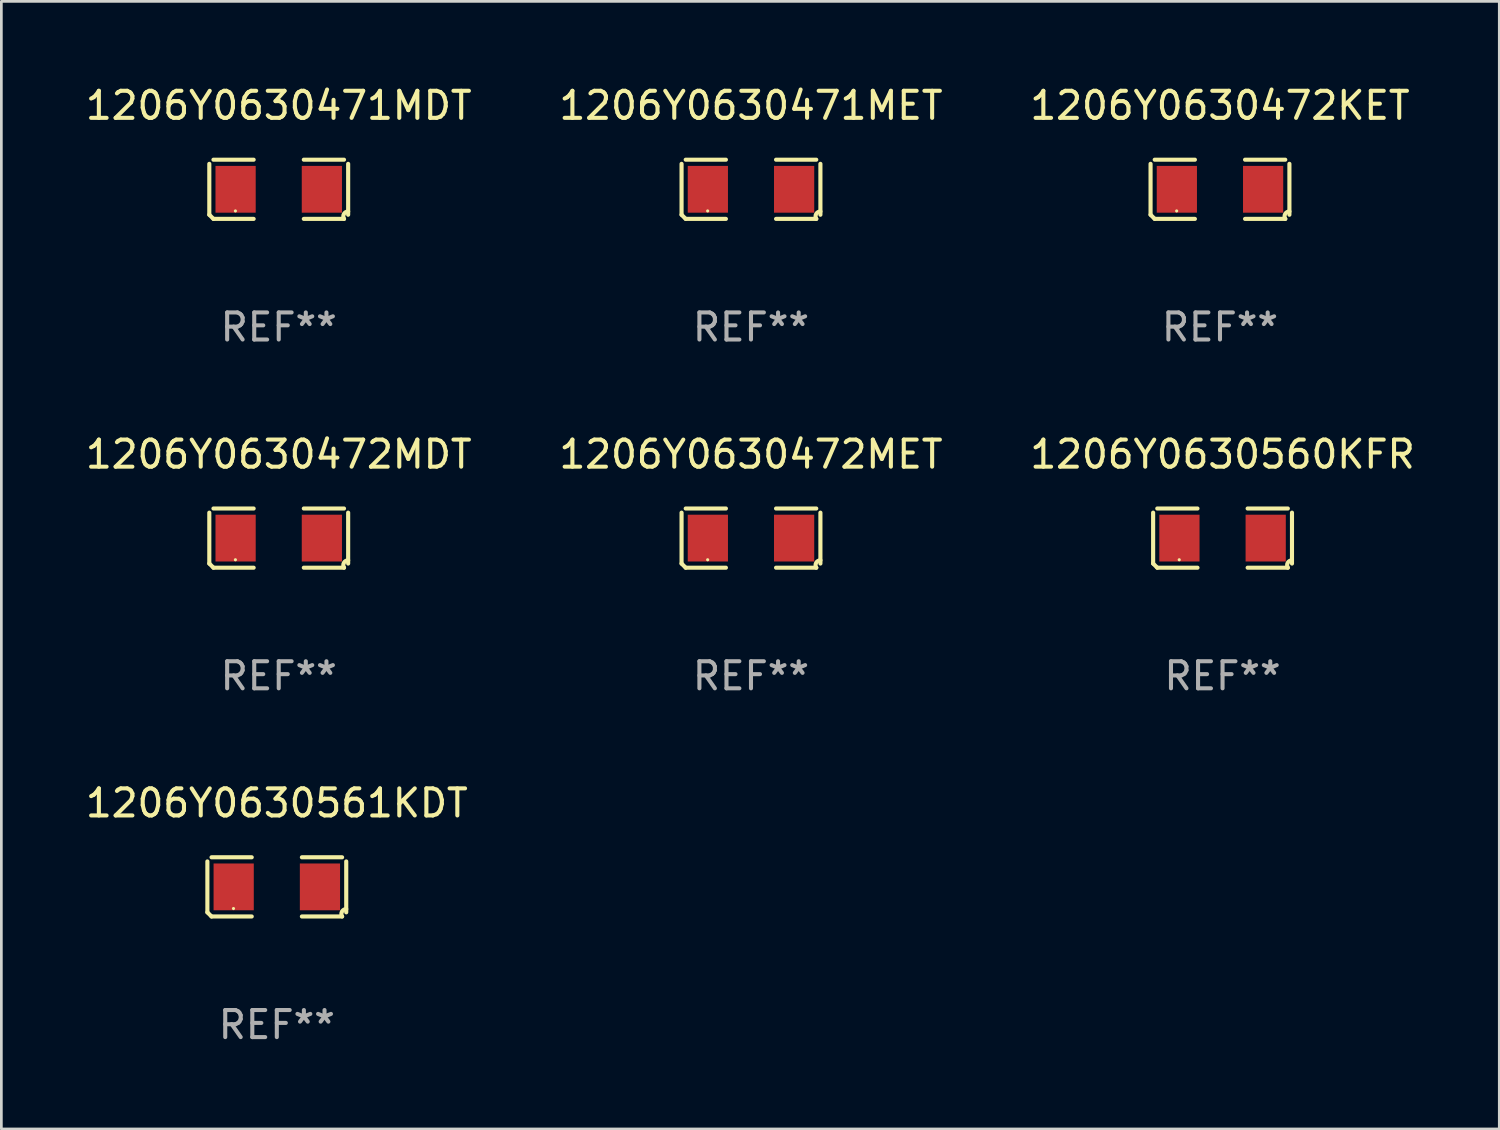
<source format=kicad_pcb>
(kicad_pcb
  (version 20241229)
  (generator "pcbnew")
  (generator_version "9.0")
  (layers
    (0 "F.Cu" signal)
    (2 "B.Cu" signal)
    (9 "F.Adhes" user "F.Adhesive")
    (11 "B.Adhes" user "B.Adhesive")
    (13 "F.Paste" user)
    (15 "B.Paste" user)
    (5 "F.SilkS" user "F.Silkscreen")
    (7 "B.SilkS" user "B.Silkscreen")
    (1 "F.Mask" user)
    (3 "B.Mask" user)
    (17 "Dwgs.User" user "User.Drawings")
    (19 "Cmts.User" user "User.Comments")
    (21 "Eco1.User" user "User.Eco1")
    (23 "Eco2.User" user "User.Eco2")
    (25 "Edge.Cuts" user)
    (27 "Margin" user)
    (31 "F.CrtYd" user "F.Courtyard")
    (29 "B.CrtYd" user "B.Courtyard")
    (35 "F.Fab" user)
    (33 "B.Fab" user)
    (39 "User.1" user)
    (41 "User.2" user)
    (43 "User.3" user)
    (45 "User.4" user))
  (footprint "1206Y0630472MET"
    (layer "F.Cu")
    (at 24.685 16.823)
    (property "Reference" "1206Y0630472MET" (at 0 -3.093 0) (layer "F.SilkS") (effects (font (size 1 1) (thickness 0.15))))
    (attr through_hole)
    (fp_line (start -2.564 0.94) (end -2.564 -0.94) (stroke (width 0.152) (type solid)) (layer "F.SilkS"))
    (fp_line (start -2.411 -1.093) (end -0.926 -1.093) (stroke (width 0.152) (type solid)) (layer "F.SilkS"))
    (fp_line (start -0.926 1.093) (end -2.411 1.093) (stroke (width 0.152) (type solid)) (layer "F.SilkS"))
    (fp_line (start 0.926 1.093) (end 2.411 1.093) (stroke (width 0.152) (type solid)) (layer "F.SilkS"))
    (fp_line (start 2.411 -1.093) (end 0.926 -1.093) (stroke (width 0.152) (type solid)) (layer "F.SilkS"))
    (fp_line (start 2.564 0.94) (end 2.564 -0.94) (stroke (width 0.152) (type solid)) (layer "F.SilkS"))
    (fp_arc (start -2.411201 1.092609) (mid -2.487413 1.01642) (end -2.563602 0.940208) (stroke (width 0.1524) (type solid)) (layer "F.SilkS"))
    (fp_arc (start 2.411201 1.092609) (mid 2.407159 0.911226) (end 2.563602 0.819347) (stroke (width 0.1524) (type solid)) (layer "F.SilkS"))
    (fp_circle (center -1.6 0.8) (end -1.57 0.8) (stroke (width 0.06) (type solid)) (fill no) (layer "F.SilkS"))
    (fp_text user "REF**" (at 0 5.093 0) (layer "F.Fab") (effects (font (size 1 1) (thickness 0.15))))
    (pad "1" smd rect (at -1.593 0) (size 1.485 1.728) (layers "F.Cu" "F.Mask" "F.Paste"))
    (pad "2" smd rect (at 1.593 0) (size 1.485 1.728) (layers "F.Cu" "F.Mask" "F.Paste")))
  (footprint "1206Y0630560KFR"
    (layer "F.Cu")
    (at 42.101 16.823)
    (property "Reference" "1206Y0630560KFR" (at 0 -3.093 0) (layer "F.SilkS") (effects (font (size 1 1) (thickness 0.15))))
    (attr through_hole)
    (fp_line (start -2.564 0.94) (end -2.564 -0.94) (stroke (width 0.152) (type solid)) (layer "F.SilkS"))
    (fp_line (start -2.411 -1.093) (end -0.926 -1.093) (stroke (width 0.152) (type solid)) (layer "F.SilkS"))
    (fp_line (start -0.926 1.093) (end -2.411 1.093) (stroke (width 0.152) (type solid)) (layer "F.SilkS"))
    (fp_line (start 0.926 1.093) (end 2.411 1.093) (stroke (width 0.152) (type solid)) (layer "F.SilkS"))
    (fp_line (start 2.411 -1.093) (end 0.926 -1.093) (stroke (width 0.152) (type solid)) (layer "F.SilkS"))
    (fp_line (start 2.564 0.94) (end 2.564 -0.94) (stroke (width 0.152) (type solid)) (layer "F.SilkS"))
    (fp_arc (start -2.411201 1.092609) (mid -2.487413 1.01642) (end -2.563602 0.940208) (stroke (width 0.1524) (type solid)) (layer "F.SilkS"))
    (fp_arc (start 2.411201 1.092609) (mid 2.407159 0.911226) (end 2.563602 0.819347) (stroke (width 0.1524) (type solid)) (layer "F.SilkS"))
    (fp_circle (center -1.6 0.8) (end -1.57 0.8) (stroke (width 0.06) (type solid)) (fill no) (layer "F.SilkS"))
    (fp_text user "REF**" (at 0 5.093 0) (layer "F.Fab") (effects (font (size 1 1) (thickness 0.15))))
    (pad "1" smd rect (at -1.593 0) (size 1.485 1.728) (layers "F.Cu" "F.Mask" "F.Paste"))
    (pad "2" smd rect (at 1.593 0) (size 1.485 1.728) (layers "F.Cu" "F.Mask" "F.Paste")))
  (footprint "1206Y0630472MDT"
    (layer "F.Cu")
    (at 7.244 16.823)
    (property "Reference" "1206Y0630472MDT" (at 0 -3.093 0) (layer "F.SilkS") (effects (font (size 1 1) (thickness 0.15))))
    (attr through_hole)
    (fp_line (start -2.564 0.94) (end -2.564 -0.94) (stroke (width 0.152) (type solid)) (layer "F.SilkS"))
    (fp_line (start -2.411 -1.093) (end -0.926 -1.093) (stroke (width 0.152) (type solid)) (layer "F.SilkS"))
    (fp_line (start -0.926 1.093) (end -2.411 1.093) (stroke (width 0.152) (type solid)) (layer "F.SilkS"))
    (fp_line (start 0.926 1.093) (end 2.411 1.093) (stroke (width 0.152) (type solid)) (layer "F.SilkS"))
    (fp_line (start 2.411 -1.093) (end 0.926 -1.093) (stroke (width 0.152) (type solid)) (layer "F.SilkS"))
    (fp_line (start 2.564 0.94) (end 2.564 -0.94) (stroke (width 0.152) (type solid)) (layer "F.SilkS"))
    (fp_arc (start -2.411201 1.092609) (mid -2.487413 1.01642) (end -2.563602 0.940208) (stroke (width 0.1524) (type solid)) (layer "F.SilkS"))
    (fp_arc (start 2.411201 1.092609) (mid 2.407159 0.911226) (end 2.563602 0.819347) (stroke (width 0.1524) (type solid)) (layer "F.SilkS"))
    (fp_circle (center -1.6 0.8) (end -1.57 0.8) (stroke (width 0.06) (type solid)) (fill no) (layer "F.SilkS"))
    (fp_text user "REF**" (at 0 5.093 0) (layer "F.Fab") (effects (font (size 1 1) (thickness 0.15))))
    (pad "1" smd rect (at -1.593 0) (size 1.485 1.728) (layers "F.Cu" "F.Mask" "F.Paste"))
    (pad "2" smd rect (at 1.593 0) (size 1.485 1.728) (layers "F.Cu" "F.Mask" "F.Paste")))
  (footprint "1206Y0630561KDT"
    (layer "F.Cu")
    (at 7.173 29.704)
    (property "Reference" "1206Y0630561KDT" (at 0 -3.093 0) (layer "F.SilkS") (effects (font (size 1 1) (thickness 0.15))))
    (attr through_hole)
    (fp_line (start -2.564 0.94) (end -2.564 -0.94) (stroke (width 0.152) (type solid)) (layer "F.SilkS"))
    (fp_line (start -2.411 -1.093) (end -0.926 -1.093) (stroke (width 0.152) (type solid)) (layer "F.SilkS"))
    (fp_line (start -0.926 1.093) (end -2.411 1.093) (stroke (width 0.152) (type solid)) (layer "F.SilkS"))
    (fp_line (start 0.926 1.093) (end 2.411 1.093) (stroke (width 0.152) (type solid)) (layer "F.SilkS"))
    (fp_line (start 2.411 -1.093) (end 0.926 -1.093) (stroke (width 0.152) (type solid)) (layer "F.SilkS"))
    (fp_line (start 2.564 0.94) (end 2.564 -0.94) (stroke (width 0.152) (type solid)) (layer "F.SilkS"))
    (fp_arc (start -2.411201 1.092609) (mid -2.487413 1.01642) (end -2.563602 0.940208) (stroke (width 0.1524) (type solid)) (layer "F.SilkS"))
    (fp_arc (start 2.411201 1.092609) (mid 2.407159 0.911226) (end 2.563602 0.819347) (stroke (width 0.1524) (type solid)) (layer "F.SilkS"))
    (fp_circle (center -1.6 0.8) (end -1.57 0.8) (stroke (width 0.06) (type solid)) (fill no) (layer "F.SilkS"))
    (fp_text user "REF**" (at 0 5.093 0) (layer "F.Fab") (effects (font (size 1 1) (thickness 0.15))))
    (pad "1" smd rect (at -1.593 0) (size 1.485 1.728) (layers "F.Cu" "F.Mask" "F.Paste"))
    (pad "2" smd rect (at 1.593 0) (size 1.485 1.728) (layers "F.Cu" "F.Mask" "F.Paste")))
  (footprint "1206Y0630472KET"
    (layer "F.Cu")
    (at 42.006 3.941)
    (property "Reference" "1206Y0630472KET" (at 0 -3.093 0) (layer "F.SilkS") (effects (font (size 1 1) (thickness 0.15))))
    (attr through_hole)
    (fp_line (start -2.564 0.94) (end -2.564 -0.94) (stroke (width 0.152) (type solid)) (layer "F.SilkS"))
    (fp_line (start -2.411 -1.093) (end -0.926 -1.093) (stroke (width 0.152) (type solid)) (layer "F.SilkS"))
    (fp_line (start -0.926 1.093) (end -2.411 1.093) (stroke (width 0.152) (type solid)) (layer "F.SilkS"))
    (fp_line (start 0.926 1.093) (end 2.411 1.093) (stroke (width 0.152) (type solid)) (layer "F.SilkS"))
    (fp_line (start 2.411 -1.093) (end 0.926 -1.093) (stroke (width 0.152) (type solid)) (layer "F.SilkS"))
    (fp_line (start 2.564 0.94) (end 2.564 -0.94) (stroke (width 0.152) (type solid)) (layer "F.SilkS"))
    (fp_arc (start -2.411201 1.092609) (mid -2.487413 1.01642) (end -2.563602 0.940208) (stroke (width 0.1524) (type solid)) (layer "F.SilkS"))
    (fp_arc (start 2.411201 1.092609) (mid 2.407159 0.911226) (end 2.563602 0.819347) (stroke (width 0.1524) (type solid)) (layer "F.SilkS"))
    (fp_circle (center -1.6 0.8) (end -1.57 0.8) (stroke (width 0.06) (type solid)) (fill no) (layer "F.SilkS"))
    (fp_text user "REF**" (at 0 5.093 0) (layer "F.Fab") (effects (font (size 1 1) (thickness 0.15))))
    (pad "1" smd rect (at -1.593 0) (size 1.485 1.728) (layers "F.Cu" "F.Mask" "F.Paste"))
    (pad "2" smd rect (at 1.593 0) (size 1.485 1.728) (layers "F.Cu" "F.Mask" "F.Paste")))
  (footprint "1206Y0630471MET"
    (layer "F.Cu")
    (at 24.685 3.941)
    (property "Reference" "1206Y0630471MET" (at 0 -3.093 0) (layer "F.SilkS") (effects (font (size 1 1) (thickness 0.15))))
    (attr through_hole)
    (fp_line (start -2.564 0.94) (end -2.564 -0.94) (stroke (width 0.152) (type solid)) (layer "F.SilkS"))
    (fp_line (start -2.411 -1.093) (end -0.926 -1.093) (stroke (width 0.152) (type solid)) (layer "F.SilkS"))
    (fp_line (start -0.926 1.093) (end -2.411 1.093) (stroke (width 0.152) (type solid)) (layer "F.SilkS"))
    (fp_line (start 0.926 1.093) (end 2.411 1.093) (stroke (width 0.152) (type solid)) (layer "F.SilkS"))
    (fp_line (start 2.411 -1.093) (end 0.926 -1.093) (stroke (width 0.152) (type solid)) (layer "F.SilkS"))
    (fp_line (start 2.564 0.94) (end 2.564 -0.94) (stroke (width 0.152) (type solid)) (layer "F.SilkS"))
    (fp_arc (start -2.411201 1.092609) (mid -2.487413 1.01642) (end -2.563602 0.940208) (stroke (width 0.1524) (type solid)) (layer "F.SilkS"))
    (fp_arc (start 2.411201 1.092609) (mid 2.407159 0.911226) (end 2.563602 0.819347) (stroke (width 0.1524) (type solid)) (layer "F.SilkS"))
    (fp_circle (center -1.6 0.8) (end -1.57 0.8) (stroke (width 0.06) (type solid)) (fill no) (layer "F.SilkS"))
    (fp_text user "REF**" (at 0 5.093 0) (layer "F.Fab") (effects (font (size 1 1) (thickness 0.15))))
    (pad "1" smd rect (at -1.593 0) (size 1.485 1.728) (layers "F.Cu" "F.Mask" "F.Paste"))
    (pad "2" smd rect (at 1.593 0) (size 1.485 1.728) (layers "F.Cu" "F.Mask" "F.Paste")))
  (footprint "1206Y0630471MDT"
    (layer "F.Cu")
    (at 7.244 3.941)
    (property "Reference" "1206Y0630471MDT" (at 0 -3.093 0) (layer "F.SilkS") (effects (font (size 1 1) (thickness 0.15))))
    (attr through_hole)
    (fp_line (start -2.564 0.94) (end -2.564 -0.94) (stroke (width 0.152) (type solid)) (layer "F.SilkS"))
    (fp_line (start -2.411 -1.093) (end -0.926 -1.093) (stroke (width 0.152) (type solid)) (layer "F.SilkS"))
    (fp_line (start -0.926 1.093) (end -2.411 1.093) (stroke (width 0.152) (type solid)) (layer "F.SilkS"))
    (fp_line (start 0.926 1.093) (end 2.411 1.093) (stroke (width 0.152) (type solid)) (layer "F.SilkS"))
    (fp_line (start 2.411 -1.093) (end 0.926 -1.093) (stroke (width 0.152) (type solid)) (layer "F.SilkS"))
    (fp_line (start 2.564 0.94) (end 2.564 -0.94) (stroke (width 0.152) (type solid)) (layer "F.SilkS"))
    (fp_arc (start -2.411201 1.092609) (mid -2.487413 1.01642) (end -2.563602 0.940208) (stroke (width 0.1524) (type solid)) (layer "F.SilkS"))
    (fp_arc (start 2.411201 1.092609) (mid 2.407159 0.911226) (end 2.563602 0.819347) (stroke (width 0.1524) (type solid)) (layer "F.SilkS"))
    (fp_circle (center -1.6 0.8) (end -1.57 0.8) (stroke (width 0.06) (type solid)) (fill no) (layer "F.SilkS"))
    (fp_text user "REF**" (at 0 5.093 0) (layer "F.Fab") (effects (font (size 1 1) (thickness 0.15))))
    (pad "1" smd rect (at -1.593 0) (size 1.485 1.728) (layers "F.Cu" "F.Mask" "F.Paste"))
    (pad "2" smd rect (at 1.593 0) (size 1.485 1.728) (layers "F.Cu" "F.Mask" "F.Paste")))
  (gr_rect
    (start -3 -3)
    (end 52.321 38.645)
    (stroke (width 0.1) (type default))
    (fill no)
    (layer "Edge.Cuts")))
</source>
